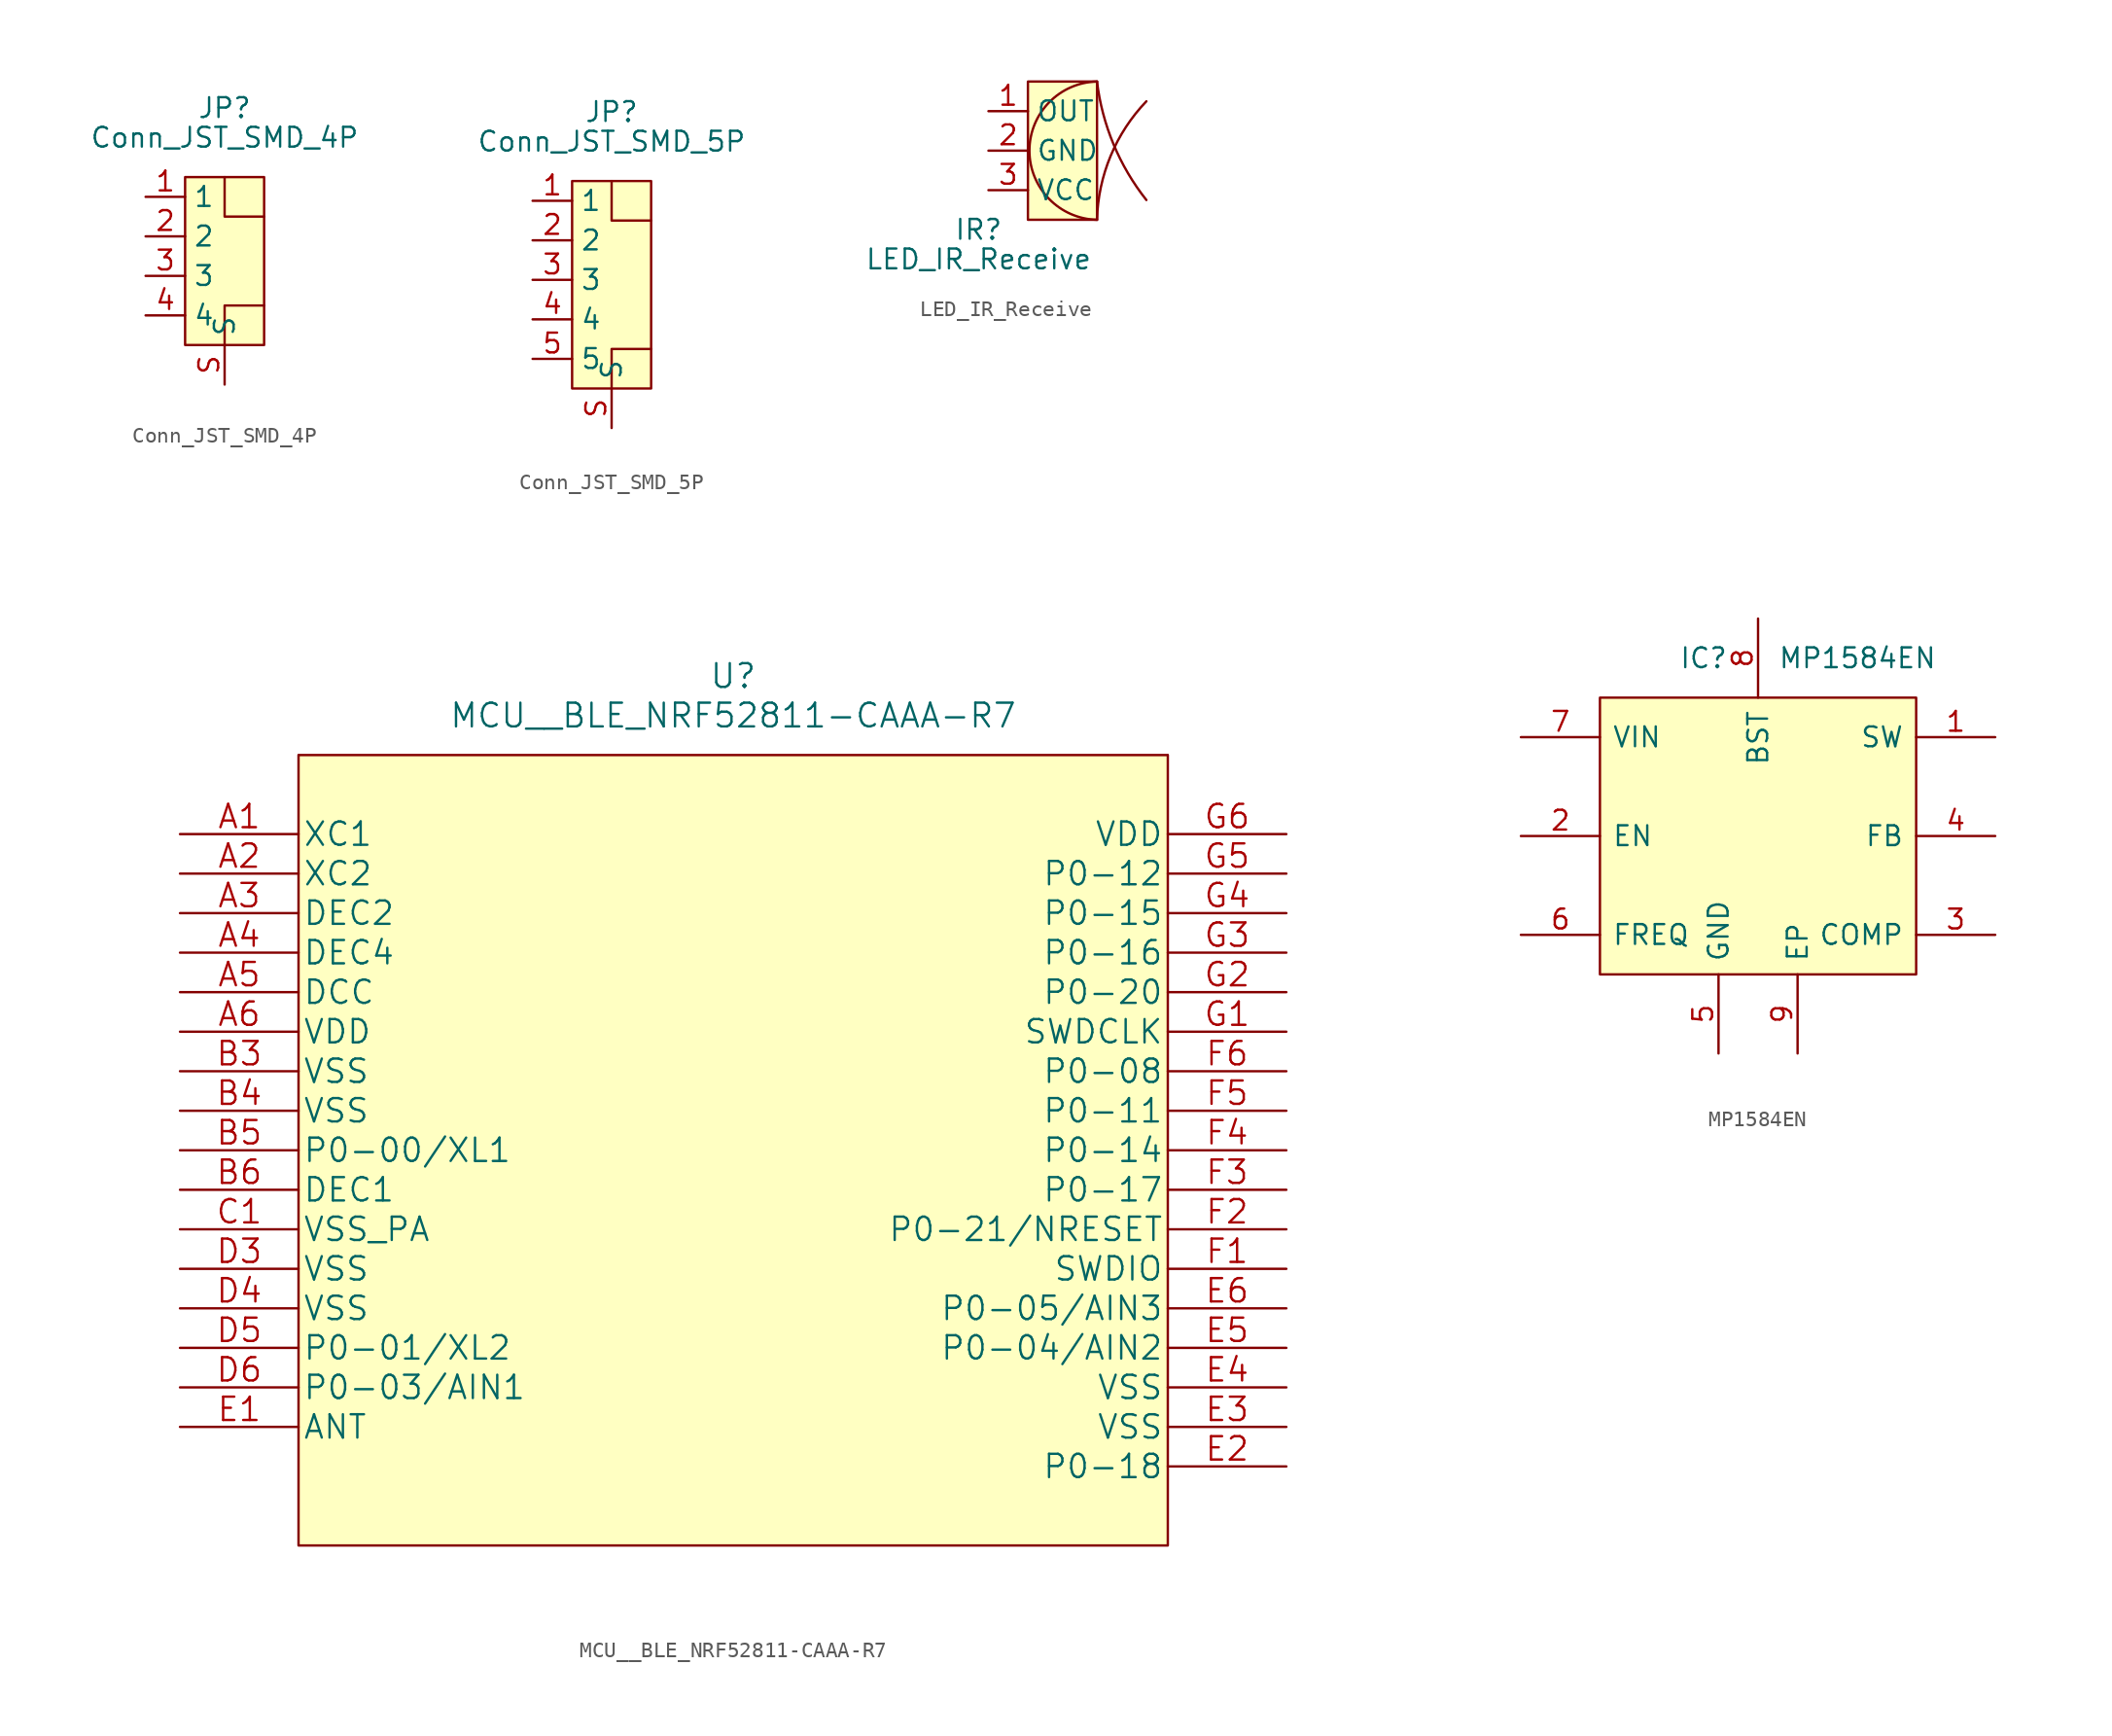
<source format=kicad_sym>
(kicad_symbol_lib
  (version 20211014)
  (generator kicad_symbol_editor)
  (symbol "Conn_JST_SMD_4P"
    (property "Reference" "JP"
      (at 0 10.16 0)
      (effects (font (size 1.27 1.27))))
    (property "Value" "Conn_JST_SMD_4P"
      (at 0 8.255 0)
      (effects (font (size 1.27 1.27))))
    (symbol "Conn_JST_SMD_4P_0_1"
      (rectangle (start -2.54 5.715) (end 2.54 -5.08) (stroke (width 0) (type default) (color 0 0 0 0)) (fill (type background)))
      (polyline (pts (xy 0 5.715) (xy 0 3.175) (xy 2.54 3.175)) (stroke (width 0) (type default) (color 0 0 0 0)) (fill (type none)))
      (polyline (pts (xy 2.54 -2.54) (xy 0 -2.54) (xy 0 -5.08)) (stroke (width 0) (type default) (color 0 0 0 0)) (fill (type none))))
    (symbol "Conn_JST_SMD_4P_1_1"
      (pin passive line (at -5.08 4.445 0) (length 2.54) (name "1" (effects (font (size 1.27 1.27)))) (number "1" (effects (font (size 1.27 1.27)))))
      (pin passive line (at -5.08 1.905 0) (length 2.54) (name "2" (effects (font (size 1.27 1.27)))) (number "2" (effects (font (size 1.27 1.27)))))
      (pin passive line (at -5.08 -0.635 0) (length 2.54) (name "3" (effects (font (size 1.27 1.27)))) (number "3" (effects (font (size 1.27 1.27)))))
      (pin passive line (at -5.08 -3.175 0) (length 2.54) (name "4" (effects (font (size 1.27 1.27)))) (number "4" (effects (font (size 1.27 1.27)))))
      (pin passive line (at 0 -7.62 90) (length 2.54) (name "S" (effects (font (size 1.27 1.27)))) (number "S" (effects (font (size 1.27 1.27)))))))
  (symbol "Conn_JST_SMD_5P"
    (property "Reference" "JP"
      (at 0 10.16 0)
      (effects (font (size 1.27 1.27))))
    (property "Value" "Conn_JST_SMD_5P"
      (at 0 8.255 0)
      (effects (font (size 1.27 1.27))))
    (symbol "Conn_JST_SMD_5P_0_1"
      (rectangle (start -2.54 5.715) (end 2.54 -7.62) (stroke (width 0) (type default) (color 0 0 0 0)) (fill (type background)))
      (polyline (pts (xy 0 5.715) (xy 0 3.175) (xy 2.54 3.175)) (stroke (width 0) (type default) (color 0 0 0 0)) (fill (type none)))
      (polyline (pts (xy 2.54 -5.08) (xy 0 -5.08) (xy 0 -7.62)) (stroke (width 0) (type default) (color 0 0 0 0)) (fill (type none))))
    (symbol "Conn_JST_SMD_5P_1_1"
      (pin passive line (at -5.08 4.445 0) (length 2.54) (name "1" (effects (font (size 1.27 1.27)))) (number "1" (effects (font (size 1.27 1.27)))))
      (pin passive line (at -5.08 1.905 0) (length 2.54) (name "2" (effects (font (size 1.27 1.27)))) (number "2" (effects (font (size 1.27 1.27)))))
      (pin passive line (at -5.08 -0.635 0) (length 2.54) (name "3" (effects (font (size 1.27 1.27)))) (number "3" (effects (font (size 1.27 1.27)))))
      (pin passive line (at -5.08 -3.175 0) (length 2.54) (name "4" (effects (font (size 1.27 1.27)))) (number "4" (effects (font (size 1.27 1.27)))))
      (pin passive line (at -5.08 -5.715 0) (length 2.54) (name "5" (effects (font (size 1.27 1.27)))) (number "5" (effects (font (size 1.27 1.27)))))
      (pin passive line (at 0 -10.16 90) (length 2.54) (name "S" (effects (font (size 1.27 1.27)))) (number "S" (effects (font (size 1.27 1.27)))))))
  (symbol "LED_IR_Receive"
    (property "Reference" "IR"
      (at -0.635 -7.62 0)
      (effects (font (size 1.27 1.27))))
    (property "Value" "LED_IR_Receive"
      (at -0.635 -9.525 0)
      (effects (font (size 1.27 1.27))))
    (symbol "LED_IR_Receive_0_1"
      (rectangle (start 2.54 1.905) (end 6.985 -6.985) (stroke (width 0) (type default) (color 0 0 0 0)) (fill (type background)))
      (arc (start 6.985 1.905) (mid 2.44 -2.54) (end 6.985 -6.985) (stroke (width 0) (type default) (color 0 0 0 0)) (fill (type background)))
      (arc (start 6.985 1.905) (mid -18.9582 -13.3761) (end 10.16 -5.715) (stroke (width 0) (type default) (color 0 0 0 0)) (fill (type none)))
      (arc (start 10.16 0.635) (mid -11.8194 5.3216) (end 6.985 -6.985) (stroke (width 0) (type default) (color 0 0 0 0)) (fill (type none))))
    (symbol "LED_IR_Receive_1_1"
      (pin output line (at 0 0 0) (length 2.54) (name "OUT" (effects (font (size 1.27 1.27)))) (number "1" (effects (font (size 1.27 1.27)))))
      (pin passive line (at 0 -2.54 0) (length 2.54) (name "GND" (effects (font (size 1.27 1.27)))) (number "2" (effects (font (size 1.27 1.27)))))
      (pin power_in line (at 0 -5.08 0) (length 2.54) (name "VCC" (effects (font (size 1.27 1.27)))) (number "3" (effects (font (size 1.27 1.27)))))))
  (symbol "MCU__BLE_NRF52811-CAAA-R7"
    (pin_names
      (offset 0.254))
    (property "Reference" "U"
      (at 35.56 10.16 0)
      (effects (font (size 1.524 1.524))))
    (property "Value" "MCU__BLE_NRF52811-CAAA-R7"
      (at 35.56 7.62 0)
      (effects (font (size 1.524 1.524))))
    (property "Datasheet" ""
      (at 0 0 0)
      (effects (font (size 1.524 1.524))))
    (symbol "MCU__BLE_NRF52811-CAAA-R7_0_1"
      (rectangle (start 7.62 5.08) (end 63.5 -45.72) (stroke (width 0) (type default) (color 0 0 0 0)) (fill (type background))))
    (symbol "MCU__BLE_NRF52811-CAAA-R7_1_1"
      (polyline (pts (xy 7.62 5.08) (xy 7.62 -45.72)) (stroke (width 0.127) (type default) (color 0 0 0 0)) (fill (type none)))
      (polyline (pts (xy 63.5 -45.72) (xy 63.5 5.08)) (stroke (width 0.127) (type default) (color 0 0 0 0)) (fill (type none)))
      (pin input line (at 0 0 0) (length 7.62) (name "XC1" (effects (font (size 1.499 1.499)))) (number "A1" (effects (font (size 1.499 1.499)))))
      (pin input line (at 0 -2.54 0) (length 7.62) (name "XC2" (effects (font (size 1.499 1.499)))) (number "A2" (effects (font (size 1.499 1.499)))))
      (pin unspecified line (at 0 -5.08 0) (length 7.62) (name "DEC2" (effects (font (size 1.499 1.499)))) (number "A3" (effects (font (size 1.499 1.499)))))
      (pin unspecified line (at 0 -7.62 0) (length 7.62) (name "DEC4" (effects (font (size 1.499 1.499)))) (number "A4" (effects (font (size 1.499 1.499)))))
      (pin output line (at 0 -10.16 0) (length 7.62) (name "DCC" (effects (font (size 1.499 1.499)))) (number "A5" (effects (font (size 1.499 1.499)))))
      (pin power_in line (at 0 -12.7 0) (length 7.62) (name "VDD" (effects (font (size 1.499 1.499)))) (number "A6" (effects (font (size 1.499 1.499)))))
      (pin power_in line (at 0 -15.24 0) (length 7.62) (name "VSS" (effects (font (size 1.499 1.499)))) (number "B3" (effects (font (size 1.499 1.499)))))
      (pin power_in line (at 0 -17.78 0) (length 7.62) (name "VSS" (effects (font (size 1.499 1.499)))) (number "B4" (effects (font (size 1.499 1.499)))))
      (pin bidirectional line (at 0 -20.32 0) (length 7.62) (name "P0-00/XL1" (effects (font (size 1.499 1.499)))) (number "B5" (effects (font (size 1.499 1.499)))))
      (pin unspecified line (at 0 -22.86 0) (length 7.62) (name "DEC1" (effects (font (size 1.499 1.499)))) (number "B6" (effects (font (size 1.499 1.499)))))
      (pin power_in line (at 0 -25.4 0) (length 7.62) (name "VSS_PA" (effects (font (size 1.499 1.499)))) (number "C1" (effects (font (size 1.499 1.499)))))
      (pin power_in line (at 0 -27.94 0) (length 7.62) (name "VSS" (effects (font (size 1.499 1.499)))) (number "D3" (effects (font (size 1.499 1.499)))))
      (pin power_in line (at 0 -30.48 0) (length 7.62) (name "VSS" (effects (font (size 1.499 1.499)))) (number "D4" (effects (font (size 1.499 1.499)))))
      (pin bidirectional line (at 0 -33.02 0) (length 7.62) (name "P0-01/XL2" (effects (font (size 1.499 1.499)))) (number "D5" (effects (font (size 1.499 1.499)))))
      (pin bidirectional line (at 0 -35.56 0) (length 7.62) (name "P0-03/AIN1" (effects (font (size 1.499 1.499)))) (number "D6" (effects (font (size 1.499 1.499)))))
      (pin unspecified line (at 0 -38.1 0) (length 7.62) (name "ANT" (effects (font (size 1.499 1.499)))) (number "E1" (effects (font (size 1.499 1.499)))))
      (pin bidirectional line (at 71.12 -40.64 180) (length 7.62) (name "P0-18" (effects (font (size 1.499 1.499)))) (number "E2" (effects (font (size 1.499 1.499)))))
      (pin power_in line (at 71.12 -38.1 180) (length 7.62) (name "VSS" (effects (font (size 1.499 1.499)))) (number "E3" (effects (font (size 1.499 1.499)))))
      (pin power_in line (at 71.12 -35.56 180) (length 7.62) (name "VSS" (effects (font (size 1.499 1.499)))) (number "E4" (effects (font (size 1.499 1.499)))))
      (pin bidirectional line (at 71.12 -33.02 180) (length 7.62) (name "P0-04/AIN2" (effects (font (size 1.499 1.499)))) (number "E5" (effects (font (size 1.499 1.499)))))
      (pin bidirectional line (at 71.12 -30.48 180) (length 7.62) (name "P0-05/AIN3" (effects (font (size 1.499 1.499)))) (number "E6" (effects (font (size 1.499 1.499)))))
      (pin bidirectional line (at 71.12 -27.94 180) (length 7.62) (name "SWDIO" (effects (font (size 1.499 1.499)))) (number "F1" (effects (font (size 1.499 1.499)))))
      (pin bidirectional line (at 71.12 -25.4 180) (length 7.62) (name "P0-21/NRESET" (effects (font (size 1.499 1.499)))) (number "F2" (effects (font (size 1.499 1.499)))))
      (pin bidirectional line (at 71.12 -22.86 180) (length 7.62) (name "P0-17" (effects (font (size 1.499 1.499)))) (number "F3" (effects (font (size 1.499 1.499)))))
      (pin bidirectional line (at 71.12 -20.32 180) (length 7.62) (name "P0-14" (effects (font (size 1.499 1.499)))) (number "F4" (effects (font (size 1.499 1.499)))))
      (pin bidirectional line (at 71.12 -17.78 180) (length 7.62) (name "P0-11" (effects (font (size 1.499 1.499)))) (number "F5" (effects (font (size 1.499 1.499)))))
      (pin bidirectional line (at 71.12 -15.24 180) (length 7.62) (name "P0-08" (effects (font (size 1.499 1.499)))) (number "F6" (effects (font (size 1.499 1.499)))))
      (pin input line (at 71.12 -12.7 180) (length 7.62) (name "SWDCLK" (effects (font (size 1.499 1.499)))) (number "G1" (effects (font (size 1.499 1.499)))))
      (pin bidirectional line (at 71.12 -10.16 180) (length 7.62) (name "P0-20" (effects (font (size 1.499 1.499)))) (number "G2" (effects (font (size 1.499 1.499)))))
      (pin bidirectional line (at 71.12 -7.62 180) (length 7.62) (name "P0-16" (effects (font (size 1.499 1.499)))) (number "G3" (effects (font (size 1.499 1.499)))))
      (pin bidirectional line (at 71.12 -5.08 180) (length 7.62) (name "P0-15" (effects (font (size 1.499 1.499)))) (number "G4" (effects (font (size 1.499 1.499)))))
      (pin bidirectional line (at 71.12 -2.54 180) (length 7.62) (name "P0-12" (effects (font (size 1.499 1.499)))) (number "G5" (effects (font (size 1.499 1.499)))))
      (pin power_in line (at 71.12 0 180) (length 7.62) (name "VDD" (effects (font (size 1.499 1.499)))) (number "G6" (effects (font (size 1.499 1.499)))))))
  (symbol "MP1584EN"
    (pin_names
      (offset 0.762))
    (property "Reference" "IC"
      (at -5.08 11.43 0)
      (effects (font (size 1.27 1.27)) (justify left)))
    (property "Value" "MP1584EN"
      (at 1.27 11.43 0)
      (effects (font (size 1.27 1.27)) (justify left)))
    (symbol "MP1584EN_0_0"
      (pin passive line (at 15.24 6.35 180) (length 5.08) (name "SW" (effects (font (size 1.27 1.27)))) (number "1" (effects (font (size 1.27 1.27)))))
      (pin passive line (at -15.24 0 0) (length 5.08) (name "EN" (effects (font (size 1.27 1.27)))) (number "2" (effects (font (size 1.27 1.27)))))
      (pin passive line (at 15.24 -6.35 180) (length 5.08) (name "COMP" (effects (font (size 1.27 1.27)))) (number "3" (effects (font (size 1.27 1.27)))))
      (pin passive line (at 15.24 0 180) (length 5.08) (name "FB" (effects (font (size 1.27 1.27)))) (number "4" (effects (font (size 1.27 1.27)))))
      (pin passive line (at -2.54 -13.97 90) (length 5.08) (name "GND" (effects (font (size 1.27 1.27)))) (number "5" (effects (font (size 1.27 1.27)))))
      (pin passive line (at -15.24 -6.35 0) (length 5.08) (name "FREQ" (effects (font (size 1.27 1.27)))) (number "6" (effects (font (size 1.27 1.27)))))
      (pin passive line (at -15.24 6.35 0) (length 5.08) (name "VIN" (effects (font (size 1.27 1.27)))) (number "7" (effects (font (size 1.27 1.27)))))
      (pin passive line (at 0 13.97 270) (length 5.08) (name "BST" (effects (font (size 1.27 1.27)))) (number "8" (effects (font (size 1.27 1.27)))))
      (pin passive line (at 2.54 -13.97 90) (length 5.08) (name "EP" (effects (font (size 1.27 1.27)))) (number "9" (effects (font (size 1.27 1.27))))))
    (symbol "MP1584EN_0_1"
      (polyline (pts (xy -10.16 8.89) (xy 10.16 8.89) (xy 10.16 -8.89) (xy -10.16 -8.89) (xy -10.16 8.89)) (stroke (width 0.152) (type default) (color 0 0 0 0)) (fill (type background))))))
</source>
